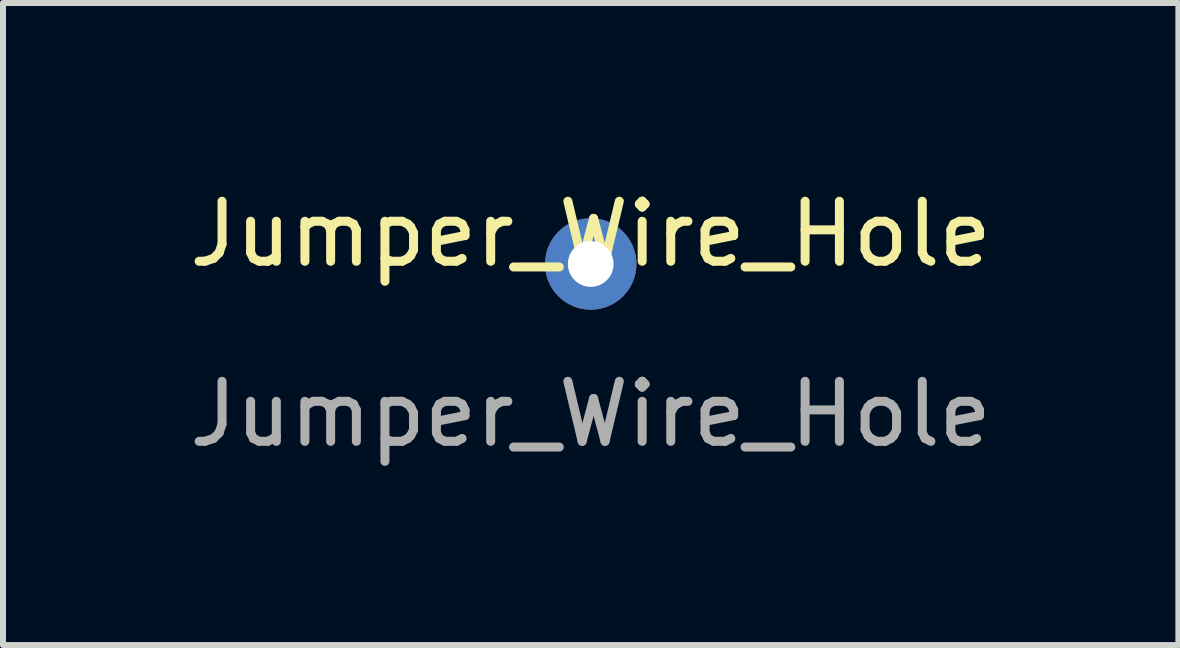
<source format=kicad_pcb>
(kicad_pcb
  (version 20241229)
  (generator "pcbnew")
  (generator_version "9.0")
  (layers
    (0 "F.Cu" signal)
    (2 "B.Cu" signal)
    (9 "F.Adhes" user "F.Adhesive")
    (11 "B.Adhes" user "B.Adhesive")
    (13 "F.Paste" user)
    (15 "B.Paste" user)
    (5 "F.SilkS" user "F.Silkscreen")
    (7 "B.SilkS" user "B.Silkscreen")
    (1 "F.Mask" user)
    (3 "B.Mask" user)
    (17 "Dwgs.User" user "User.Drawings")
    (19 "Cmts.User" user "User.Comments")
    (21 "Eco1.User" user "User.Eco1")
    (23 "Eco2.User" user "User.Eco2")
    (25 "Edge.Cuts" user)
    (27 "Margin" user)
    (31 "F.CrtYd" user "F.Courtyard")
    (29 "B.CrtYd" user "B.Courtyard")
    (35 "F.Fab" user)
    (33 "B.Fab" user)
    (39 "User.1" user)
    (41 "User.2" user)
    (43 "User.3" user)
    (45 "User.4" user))
  (footprint "Jumper_Wire_Hole"
    (layer "F.Cu")
    (at 6.792 1.348)
    (property "Reference" "Jumper_Wire_Hole" (at 0 -0.5 0) (unlocked yes) (layer "F.SilkS") (effects (font (size 1 1) (thickness 0.15))))
    (fp_text user "${REFERENCE}" (at 0 2.5 0) (unlocked yes) (layer "F.Fab") (effects (font (size 1 1) (thickness 0.15))))
    (pad "1" thru_hole circle (at 0 0) (size 1.524 1.524) (drill 0.762) (layers "*.Cu" "*.Mask")))
  (gr_rect
    (start -3 -3)
    (end 16.583 7.697)
    (stroke (width 0.1) (type default))
    (fill no)
    (layer "Edge.Cuts")))
</source>
